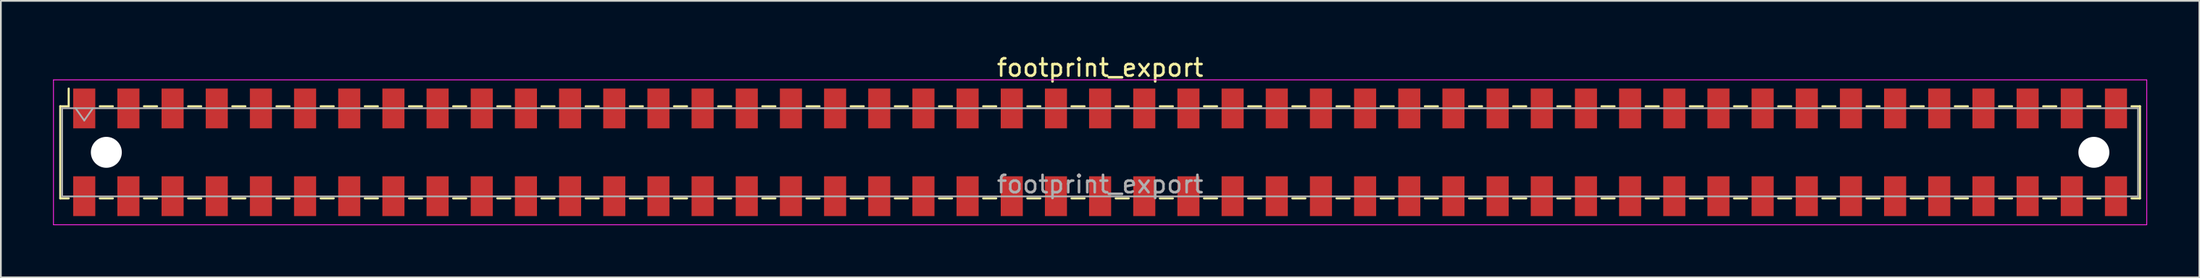
<source format=kicad_pcb>
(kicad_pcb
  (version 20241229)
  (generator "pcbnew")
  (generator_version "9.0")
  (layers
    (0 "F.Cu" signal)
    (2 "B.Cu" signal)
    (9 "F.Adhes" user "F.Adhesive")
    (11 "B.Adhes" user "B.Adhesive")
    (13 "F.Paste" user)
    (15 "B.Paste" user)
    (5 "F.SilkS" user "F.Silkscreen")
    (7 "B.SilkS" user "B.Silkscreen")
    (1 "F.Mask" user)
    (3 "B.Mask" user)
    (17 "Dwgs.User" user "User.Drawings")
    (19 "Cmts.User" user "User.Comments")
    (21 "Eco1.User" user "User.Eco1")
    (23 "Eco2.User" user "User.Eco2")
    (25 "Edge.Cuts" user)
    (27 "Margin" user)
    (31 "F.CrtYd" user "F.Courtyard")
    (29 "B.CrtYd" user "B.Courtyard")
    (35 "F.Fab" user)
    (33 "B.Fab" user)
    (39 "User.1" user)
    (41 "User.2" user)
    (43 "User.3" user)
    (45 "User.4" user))
  (footprint "footprint_export"
    (layer "F.Cu")
    (at 60.215 5.718)
    (property "Reference" "footprint_export" (at 0 -4.87 0) (layer "F.SilkS") (effects (font (size 1 1) (thickness 0.15))))
    (attr smd)
    (fp_line (start -59.8 -2.65) (end -59.8 2.65) (stroke (width 0.12) (type solid)) (layer "F.SilkS"))
    (fp_line (start -59.8 2.65) (end -59.315 2.65) (stroke (width 0.12) (type solid)) (layer "F.SilkS"))
    (fp_line (start -59.315 -3.67) (end -59.315 -2.65) (stroke (width 0.12) (type solid)) (layer "F.SilkS"))
    (fp_line (start -59.315 -2.65) (end -59.8 -2.65) (stroke (width 0.12) (type solid)) (layer "F.SilkS"))
    (fp_line (start -57.525 -2.65) (end -56.775 -2.65) (stroke (width 0.12) (type solid)) (layer "F.SilkS"))
    (fp_line (start -57.525 2.65) (end -56.775 2.65) (stroke (width 0.12) (type solid)) (layer "F.SilkS"))
    (fp_line (start -54.985 -2.65) (end -54.235 -2.65) (stroke (width 0.12) (type solid)) (layer "F.SilkS"))
    (fp_line (start -54.985 2.65) (end -54.235 2.65) (stroke (width 0.12) (type solid)) (layer "F.SilkS"))
    (fp_line (start -52.445 -2.65) (end -51.695 -2.65) (stroke (width 0.12) (type solid)) (layer "F.SilkS"))
    (fp_line (start -52.445 2.65) (end -51.695 2.65) (stroke (width 0.12) (type solid)) (layer "F.SilkS"))
    (fp_line (start -49.905 -2.65) (end -49.155 -2.65) (stroke (width 0.12) (type solid)) (layer "F.SilkS"))
    (fp_line (start -49.905 2.65) (end -49.155 2.65) (stroke (width 0.12) (type solid)) (layer "F.SilkS"))
    (fp_line (start -47.365 -2.65) (end -46.615 -2.65) (stroke (width 0.12) (type solid)) (layer "F.SilkS"))
    (fp_line (start -47.365 2.65) (end -46.615 2.65) (stroke (width 0.12) (type solid)) (layer "F.SilkS"))
    (fp_line (start -44.825 -2.65) (end -44.075 -2.65) (stroke (width 0.12) (type solid)) (layer "F.SilkS"))
    (fp_line (start -44.825 2.65) (end -44.075 2.65) (stroke (width 0.12) (type solid)) (layer "F.SilkS"))
    (fp_line (start -42.285 -2.65) (end -41.535 -2.65) (stroke (width 0.12) (type solid)) (layer "F.SilkS"))
    (fp_line (start -42.285 2.65) (end -41.535 2.65) (stroke (width 0.12) (type solid)) (layer "F.SilkS"))
    (fp_line (start -39.745 -2.65) (end -38.995 -2.65) (stroke (width 0.12) (type solid)) (layer "F.SilkS"))
    (fp_line (start -39.745 2.65) (end -38.995 2.65) (stroke (width 0.12) (type solid)) (layer "F.SilkS"))
    (fp_line (start -37.205 -2.65) (end -36.455 -2.65) (stroke (width 0.12) (type solid)) (layer "F.SilkS"))
    (fp_line (start -37.205 2.65) (end -36.455 2.65) (stroke (width 0.12) (type solid)) (layer "F.SilkS"))
    (fp_line (start -34.665 -2.65) (end -33.915 -2.65) (stroke (width 0.12) (type solid)) (layer "F.SilkS"))
    (fp_line (start -34.665 2.65) (end -33.915 2.65) (stroke (width 0.12) (type solid)) (layer "F.SilkS"))
    (fp_line (start -32.125 -2.65) (end -31.375 -2.65) (stroke (width 0.12) (type solid)) (layer "F.SilkS"))
    (fp_line (start -32.125 2.65) (end -31.375 2.65) (stroke (width 0.12) (type solid)) (layer "F.SilkS"))
    (fp_line (start -29.585 -2.65) (end -28.835 -2.65) (stroke (width 0.12) (type solid)) (layer "F.SilkS"))
    (fp_line (start -29.585 2.65) (end -28.835 2.65) (stroke (width 0.12) (type solid)) (layer "F.SilkS"))
    (fp_line (start -27.045 -2.65) (end -26.295 -2.65) (stroke (width 0.12) (type solid)) (layer "F.SilkS"))
    (fp_line (start -27.045 2.65) (end -26.295 2.65) (stroke (width 0.12) (type solid)) (layer "F.SilkS"))
    (fp_line (start -24.505 -2.65) (end -23.755 -2.65) (stroke (width 0.12) (type solid)) (layer "F.SilkS"))
    (fp_line (start -24.505 2.65) (end -23.755 2.65) (stroke (width 0.12) (type solid)) (layer "F.SilkS"))
    (fp_line (start -21.965 -2.65) (end -21.215 -2.65) (stroke (width 0.12) (type solid)) (layer "F.SilkS"))
    (fp_line (start -21.965 2.65) (end -21.215 2.65) (stroke (width 0.12) (type solid)) (layer "F.SilkS"))
    (fp_line (start -19.425 -2.65) (end -18.675 -2.65) (stroke (width 0.12) (type solid)) (layer "F.SilkS"))
    (fp_line (start -19.425 2.65) (end -18.675 2.65) (stroke (width 0.12) (type solid)) (layer "F.SilkS"))
    (fp_line (start -16.885 -2.65) (end -16.135 -2.65) (stroke (width 0.12) (type solid)) (layer "F.SilkS"))
    (fp_line (start -16.885 2.65) (end -16.135 2.65) (stroke (width 0.12) (type solid)) (layer "F.SilkS"))
    (fp_line (start -14.345 -2.65) (end -13.595 -2.65) (stroke (width 0.12) (type solid)) (layer "F.SilkS"))
    (fp_line (start -14.345 2.65) (end -13.595 2.65) (stroke (width 0.12) (type solid)) (layer "F.SilkS"))
    (fp_line (start -11.805 -2.65) (end -11.055 -2.65) (stroke (width 0.12) (type solid)) (layer "F.SilkS"))
    (fp_line (start -11.805 2.65) (end -11.055 2.65) (stroke (width 0.12) (type solid)) (layer "F.SilkS"))
    (fp_line (start -9.265 -2.65) (end -8.515 -2.65) (stroke (width 0.12) (type solid)) (layer "F.SilkS"))
    (fp_line (start -9.265 2.65) (end -8.515 2.65) (stroke (width 0.12) (type solid)) (layer "F.SilkS"))
    (fp_line (start -6.725 -2.65) (end -5.975 -2.65) (stroke (width 0.12) (type solid)) (layer "F.SilkS"))
    (fp_line (start -6.725 2.65) (end -5.975 2.65) (stroke (width 0.12) (type solid)) (layer "F.SilkS"))
    (fp_line (start -4.185 -2.65) (end -3.435 -2.65) (stroke (width 0.12) (type solid)) (layer "F.SilkS"))
    (fp_line (start -4.185 2.65) (end -3.435 2.65) (stroke (width 0.12) (type solid)) (layer "F.SilkS"))
    (fp_line (start -1.645 -2.65) (end -0.895 -2.65) (stroke (width 0.12) (type solid)) (layer "F.SilkS"))
    (fp_line (start -1.645 2.65) (end -0.895 2.65) (stroke (width 0.12) (type solid)) (layer "F.SilkS"))
    (fp_line (start 0.895 -2.65) (end 1.645 -2.65) (stroke (width 0.12) (type solid)) (layer "F.SilkS"))
    (fp_line (start 0.895 2.65) (end 1.645 2.65) (stroke (width 0.12) (type solid)) (layer "F.SilkS"))
    (fp_line (start 3.435 -2.65) (end 4.185 -2.65) (stroke (width 0.12) (type solid)) (layer "F.SilkS"))
    (fp_line (start 3.435 2.65) (end 4.185 2.65) (stroke (width 0.12) (type solid)) (layer "F.SilkS"))
    (fp_line (start 5.975 -2.65) (end 6.725 -2.65) (stroke (width 0.12) (type solid)) (layer "F.SilkS"))
    (fp_line (start 5.975 2.65) (end 6.725 2.65) (stroke (width 0.12) (type solid)) (layer "F.SilkS"))
    (fp_line (start 8.515 -2.65) (end 9.265 -2.65) (stroke (width 0.12) (type solid)) (layer "F.SilkS"))
    (fp_line (start 8.515 2.65) (end 9.265 2.65) (stroke (width 0.12) (type solid)) (layer "F.SilkS"))
    (fp_line (start 11.055 -2.65) (end 11.805 -2.65) (stroke (width 0.12) (type solid)) (layer "F.SilkS"))
    (fp_line (start 11.055 2.65) (end 11.805 2.65) (stroke (width 0.12) (type solid)) (layer "F.SilkS"))
    (fp_line (start 13.595 -2.65) (end 14.345 -2.65) (stroke (width 0.12) (type solid)) (layer "F.SilkS"))
    (fp_line (start 13.595 2.65) (end 14.345 2.65) (stroke (width 0.12) (type solid)) (layer "F.SilkS"))
    (fp_line (start 16.135 -2.65) (end 16.885 -2.65) (stroke (width 0.12) (type solid)) (layer "F.SilkS"))
    (fp_line (start 16.135 2.65) (end 16.885 2.65) (stroke (width 0.12) (type solid)) (layer "F.SilkS"))
    (fp_line (start 18.675 -2.65) (end 19.425 -2.65) (stroke (width 0.12) (type solid)) (layer "F.SilkS"))
    (fp_line (start 18.675 2.65) (end 19.425 2.65) (stroke (width 0.12) (type solid)) (layer "F.SilkS"))
    (fp_line (start 21.215 -2.65) (end 21.965 -2.65) (stroke (width 0.12) (type solid)) (layer "F.SilkS"))
    (fp_line (start 21.215 2.65) (end 21.965 2.65) (stroke (width 0.12) (type solid)) (layer "F.SilkS"))
    (fp_line (start 23.755 -2.65) (end 24.505 -2.65) (stroke (width 0.12) (type solid)) (layer "F.SilkS"))
    (fp_line (start 23.755 2.65) (end 24.505 2.65) (stroke (width 0.12) (type solid)) (layer "F.SilkS"))
    (fp_line (start 26.295 -2.65) (end 27.045 -2.65) (stroke (width 0.12) (type solid)) (layer "F.SilkS"))
    (fp_line (start 26.295 2.65) (end 27.045 2.65) (stroke (width 0.12) (type solid)) (layer "F.SilkS"))
    (fp_line (start 28.835 -2.65) (end 29.585 -2.65) (stroke (width 0.12) (type solid)) (layer "F.SilkS"))
    (fp_line (start 28.835 2.65) (end 29.585 2.65) (stroke (width 0.12) (type solid)) (layer "F.SilkS"))
    (fp_line (start 31.375 -2.65) (end 32.125 -2.65) (stroke (width 0.12) (type solid)) (layer "F.SilkS"))
    (fp_line (start 31.375 2.65) (end 32.125 2.65) (stroke (width 0.12) (type solid)) (layer "F.SilkS"))
    (fp_line (start 33.915 -2.65) (end 34.665 -2.65) (stroke (width 0.12) (type solid)) (layer "F.SilkS"))
    (fp_line (start 33.915 2.65) (end 34.665 2.65) (stroke (width 0.12) (type solid)) (layer "F.SilkS"))
    (fp_line (start 36.455 -2.65) (end 37.205 -2.65) (stroke (width 0.12) (type solid)) (layer "F.SilkS"))
    (fp_line (start 36.455 2.65) (end 37.205 2.65) (stroke (width 0.12) (type solid)) (layer "F.SilkS"))
    (fp_line (start 38.995 -2.65) (end 39.745 -2.65) (stroke (width 0.12) (type solid)) (layer "F.SilkS"))
    (fp_line (start 38.995 2.65) (end 39.745 2.65) (stroke (width 0.12) (type solid)) (layer "F.SilkS"))
    (fp_line (start 41.535 -2.65) (end 42.285 -2.65) (stroke (width 0.12) (type solid)) (layer "F.SilkS"))
    (fp_line (start 41.535 2.65) (end 42.285 2.65) (stroke (width 0.12) (type solid)) (layer "F.SilkS"))
    (fp_line (start 44.075 -2.65) (end 44.825 -2.65) (stroke (width 0.12) (type solid)) (layer "F.SilkS"))
    (fp_line (start 44.075 2.65) (end 44.825 2.65) (stroke (width 0.12) (type solid)) (layer "F.SilkS"))
    (fp_line (start 46.615 -2.65) (end 47.365 -2.65) (stroke (width 0.12) (type solid)) (layer "F.SilkS"))
    (fp_line (start 46.615 2.65) (end 47.365 2.65) (stroke (width 0.12) (type solid)) (layer "F.SilkS"))
    (fp_line (start 49.155 -2.65) (end 49.905 -2.65) (stroke (width 0.12) (type solid)) (layer "F.SilkS"))
    (fp_line (start 49.155 2.65) (end 49.905 2.65) (stroke (width 0.12) (type solid)) (layer "F.SilkS"))
    (fp_line (start 51.695 -2.65) (end 52.445 -2.65) (stroke (width 0.12) (type solid)) (layer "F.SilkS"))
    (fp_line (start 51.695 2.65) (end 52.445 2.65) (stroke (width 0.12) (type solid)) (layer "F.SilkS"))
    (fp_line (start 54.235 -2.65) (end 54.985 -2.65) (stroke (width 0.12) (type solid)) (layer "F.SilkS"))
    (fp_line (start 54.235 2.65) (end 54.985 2.65) (stroke (width 0.12) (type solid)) (layer "F.SilkS"))
    (fp_line (start 56.775 -2.65) (end 57.525 -2.65) (stroke (width 0.12) (type solid)) (layer "F.SilkS"))
    (fp_line (start 56.775 2.65) (end 57.525 2.65) (stroke (width 0.12) (type solid)) (layer "F.SilkS"))
    (fp_line (start 59.315 -2.65) (end 59.8 -2.65) (stroke (width 0.12) (type solid)) (layer "F.SilkS"))
    (fp_line (start 59.8 -2.65) (end 59.8 2.65) (stroke (width 0.12) (type solid)) (layer "F.SilkS"))
    (fp_line (start 59.8 2.65) (end 59.315 2.65) (stroke (width 0.12) (type solid)) (layer "F.SilkS"))
    (fp_line (start -60.19 -4.17) (end 60.19 -4.17) (stroke (width 0.05) (type solid)) (layer "F.CrtYd"))
    (fp_line (start -60.19 4.17) (end -60.19 -4.17) (stroke (width 0.05) (type solid)) (layer "F.CrtYd"))
    (fp_line (start 60.19 -4.17) (end 60.19 4.17) (stroke (width 0.05) (type solid)) (layer "F.CrtYd"))
    (fp_line (start 60.19 4.17) (end -60.19 4.17) (stroke (width 0.05) (type solid)) (layer "F.CrtYd"))
    (fp_line (start -59.69 -2.54) (end 59.69 -2.54) (stroke (width 0.1) (type solid)) (layer "F.Fab"))
    (fp_line (start -59.69 2.54) (end -59.69 -2.54) (stroke (width 0.1) (type solid)) (layer "F.Fab"))
    (fp_line (start -58.92 -2.54) (end -58.42 -1.833) (stroke (width 0.1) (type solid)) (layer "F.Fab"))
    (fp_line (start -58.42 -1.833) (end -57.92 -2.54) (stroke (width 0.1) (type solid)) (layer "F.Fab"))
    (fp_line (start 59.69 -2.54) (end 59.69 2.54) (stroke (width 0.1) (type solid)) (layer "F.Fab"))
    (fp_line (start 59.69 2.54) (end -59.69 2.54) (stroke (width 0.1) (type solid)) (layer "F.Fab"))
    (fp_text user "${REFERENCE}" (at 0 1.84 0) (layer "F.Fab") (effects (font (size 1 1) (thickness 0.15))))
    (pad "" np_thru_hole circle (at -57.15 0) (size 1.78 1.78) (drill 1.78) (layers "*.Cu" "*.Mask"))
    (pad "" np_thru_hole circle (at 57.15 0) (size 1.78 1.78) (drill 1.78) (layers "*.Cu" "*.Mask"))
    (pad "1" smd rect (at -58.42 -2.525) (size 1.27 2.29) (layers "F.Cu" "F.Mask" "F.Paste"))
    (pad "2" smd rect (at -58.42 2.525) (size 1.27 2.29) (layers "F.Cu" "F.Mask" "F.Paste"))
    (pad "3" smd rect (at -55.88 -2.525) (size 1.27 2.29) (layers "F.Cu" "F.Mask" "F.Paste"))
    (pad "4" smd rect (at -55.88 2.525) (size 1.27 2.29) (layers "F.Cu" "F.Mask" "F.Paste"))
    (pad "5" smd rect (at -53.34 -2.525) (size 1.27 2.29) (layers "F.Cu" "F.Mask" "F.Paste"))
    (pad "6" smd rect (at -53.34 2.525) (size 1.27 2.29) (layers "F.Cu" "F.Mask" "F.Paste"))
    (pad "7" smd rect (at -50.8 -2.525) (size 1.27 2.29) (layers "F.Cu" "F.Mask" "F.Paste"))
    (pad "8" smd rect (at -50.8 2.525) (size 1.27 2.29) (layers "F.Cu" "F.Mask" "F.Paste"))
    (pad "9" smd rect (at -48.26 -2.525) (size 1.27 2.29) (layers "F.Cu" "F.Mask" "F.Paste"))
    (pad "10" smd rect (at -48.26 2.525) (size 1.27 2.29) (layers "F.Cu" "F.Mask" "F.Paste"))
    (pad "11" smd rect (at -45.72 -2.525) (size 1.27 2.29) (layers "F.Cu" "F.Mask" "F.Paste"))
    (pad "12" smd rect (at -45.72 2.525) (size 1.27 2.29) (layers "F.Cu" "F.Mask" "F.Paste"))
    (pad "13" smd rect (at -43.18 -2.525) (size 1.27 2.29) (layers "F.Cu" "F.Mask" "F.Paste"))
    (pad "14" smd rect (at -43.18 2.525) (size 1.27 2.29) (layers "F.Cu" "F.Mask" "F.Paste"))
    (pad "15" smd rect (at -40.64 -2.525) (size 1.27 2.29) (layers "F.Cu" "F.Mask" "F.Paste"))
    (pad "16" smd rect (at -40.64 2.525) (size 1.27 2.29) (layers "F.Cu" "F.Mask" "F.Paste"))
    (pad "17" smd rect (at -38.1 -2.525) (size 1.27 2.29) (layers "F.Cu" "F.Mask" "F.Paste"))
    (pad "18" smd rect (at -38.1 2.525) (size 1.27 2.29) (layers "F.Cu" "F.Mask" "F.Paste"))
    (pad "19" smd rect (at -35.56 -2.525) (size 1.27 2.29) (layers "F.Cu" "F.Mask" "F.Paste"))
    (pad "20" smd rect (at -35.56 2.525) (size 1.27 2.29) (layers "F.Cu" "F.Mask" "F.Paste"))
    (pad "21" smd rect (at -33.02 -2.525) (size 1.27 2.29) (layers "F.Cu" "F.Mask" "F.Paste"))
    (pad "22" smd rect (at -33.02 2.525) (size 1.27 2.29) (layers "F.Cu" "F.Mask" "F.Paste"))
    (pad "23" smd rect (at -30.48 -2.525) (size 1.27 2.29) (layers "F.Cu" "F.Mask" "F.Paste"))
    (pad "24" smd rect (at -30.48 2.525) (size 1.27 2.29) (layers "F.Cu" "F.Mask" "F.Paste"))
    (pad "25" smd rect (at -27.94 -2.525) (size 1.27 2.29) (layers "F.Cu" "F.Mask" "F.Paste"))
    (pad "26" smd rect (at -27.94 2.525) (size 1.27 2.29) (layers "F.Cu" "F.Mask" "F.Paste"))
    (pad "27" smd rect (at -25.4 -2.525) (size 1.27 2.29) (layers "F.Cu" "F.Mask" "F.Paste"))
    (pad "28" smd rect (at -25.4 2.525) (size 1.27 2.29) (layers "F.Cu" "F.Mask" "F.Paste"))
    (pad "29" smd rect (at -22.86 -2.525) (size 1.27 2.29) (layers "F.Cu" "F.Mask" "F.Paste"))
    (pad "30" smd rect (at -22.86 2.525) (size 1.27 2.29) (layers "F.Cu" "F.Mask" "F.Paste"))
    (pad "31" smd rect (at -20.32 -2.525) (size 1.27 2.29) (layers "F.Cu" "F.Mask" "F.Paste"))
    (pad "32" smd rect (at -20.32 2.525) (size 1.27 2.29) (layers "F.Cu" "F.Mask" "F.Paste"))
    (pad "33" smd rect (at -17.78 -2.525) (size 1.27 2.29) (layers "F.Cu" "F.Mask" "F.Paste"))
    (pad "34" smd rect (at -17.78 2.525) (size 1.27 2.29) (layers "F.Cu" "F.Mask" "F.Paste"))
    (pad "35" smd rect (at -15.24 -2.525) (size 1.27 2.29) (layers "F.Cu" "F.Mask" "F.Paste"))
    (pad "36" smd rect (at -15.24 2.525) (size 1.27 2.29) (layers "F.Cu" "F.Mask" "F.Paste"))
    (pad "37" smd rect (at -12.7 -2.525) (size 1.27 2.29) (layers "F.Cu" "F.Mask" "F.Paste"))
    (pad "38" smd rect (at -12.7 2.525) (size 1.27 2.29) (layers "F.Cu" "F.Mask" "F.Paste"))
    (pad "39" smd rect (at -10.16 -2.525) (size 1.27 2.29) (layers "F.Cu" "F.Mask" "F.Paste"))
    (pad "40" smd rect (at -10.16 2.525) (size 1.27 2.29) (layers "F.Cu" "F.Mask" "F.Paste"))
    (pad "41" smd rect (at -7.62 -2.525) (size 1.27 2.29) (layers "F.Cu" "F.Mask" "F.Paste"))
    (pad "42" smd rect (at -7.62 2.525) (size 1.27 2.29) (layers "F.Cu" "F.Mask" "F.Paste"))
    (pad "43" smd rect (at -5.08 -2.525) (size 1.27 2.29) (layers "F.Cu" "F.Mask" "F.Paste"))
    (pad "44" smd rect (at -5.08 2.525) (size 1.27 2.29) (layers "F.Cu" "F.Mask" "F.Paste"))
    (pad "45" smd rect (at -2.54 -2.525) (size 1.27 2.29) (layers "F.Cu" "F.Mask" "F.Paste"))
    (pad "46" smd rect (at -2.54 2.525) (size 1.27 2.29) (layers "F.Cu" "F.Mask" "F.Paste"))
    (pad "47" smd rect (at 0 -2.525) (size 1.27 2.29) (layers "F.Cu" "F.Mask" "F.Paste"))
    (pad "48" smd rect (at 0 2.525) (size 1.27 2.29) (layers "F.Cu" "F.Mask" "F.Paste"))
    (pad "49" smd rect (at 2.54 -2.525) (size 1.27 2.29) (layers "F.Cu" "F.Mask" "F.Paste"))
    (pad "50" smd rect (at 2.54 2.525) (size 1.27 2.29) (layers "F.Cu" "F.Mask" "F.Paste"))
    (pad "51" smd rect (at 5.08 -2.525) (size 1.27 2.29) (layers "F.Cu" "F.Mask" "F.Paste"))
    (pad "52" smd rect (at 5.08 2.525) (size 1.27 2.29) (layers "F.Cu" "F.Mask" "F.Paste"))
    (pad "53" smd rect (at 7.62 -2.525) (size 1.27 2.29) (layers "F.Cu" "F.Mask" "F.Paste"))
    (pad "54" smd rect (at 7.62 2.525) (size 1.27 2.29) (layers "F.Cu" "F.Mask" "F.Paste"))
    (pad "55" smd rect (at 10.16 -2.525) (size 1.27 2.29) (layers "F.Cu" "F.Mask" "F.Paste"))
    (pad "56" smd rect (at 10.16 2.525) (size 1.27 2.29) (layers "F.Cu" "F.Mask" "F.Paste"))
    (pad "57" smd rect (at 12.7 -2.525) (size 1.27 2.29) (layers "F.Cu" "F.Mask" "F.Paste"))
    (pad "58" smd rect (at 12.7 2.525) (size 1.27 2.29) (layers "F.Cu" "F.Mask" "F.Paste"))
    (pad "59" smd rect (at 15.24 -2.525) (size 1.27 2.29) (layers "F.Cu" "F.Mask" "F.Paste"))
    (pad "60" smd rect (at 15.24 2.525) (size 1.27 2.29) (layers "F.Cu" "F.Mask" "F.Paste"))
    (pad "61" smd rect (at 17.78 -2.525) (size 1.27 2.29) (layers "F.Cu" "F.Mask" "F.Paste"))
    (pad "62" smd rect (at 17.78 2.525) (size 1.27 2.29) (layers "F.Cu" "F.Mask" "F.Paste"))
    (pad "63" smd rect (at 20.32 -2.525) (size 1.27 2.29) (layers "F.Cu" "F.Mask" "F.Paste"))
    (pad "64" smd rect (at 20.32 2.525) (size 1.27 2.29) (layers "F.Cu" "F.Mask" "F.Paste"))
    (pad "65" smd rect (at 22.86 -2.525) (size 1.27 2.29) (layers "F.Cu" "F.Mask" "F.Paste"))
    (pad "66" smd rect (at 22.86 2.525) (size 1.27 2.29) (layers "F.Cu" "F.Mask" "F.Paste"))
    (pad "67" smd rect (at 25.4 -2.525) (size 1.27 2.29) (layers "F.Cu" "F.Mask" "F.Paste"))
    (pad "68" smd rect (at 25.4 2.525) (size 1.27 2.29) (layers "F.Cu" "F.Mask" "F.Paste"))
    (pad "69" smd rect (at 27.94 -2.525) (size 1.27 2.29) (layers "F.Cu" "F.Mask" "F.Paste"))
    (pad "70" smd rect (at 27.94 2.525) (size 1.27 2.29) (layers "F.Cu" "F.Mask" "F.Paste"))
    (pad "71" smd rect (at 30.48 -2.525) (size 1.27 2.29) (layers "F.Cu" "F.Mask" "F.Paste"))
    (pad "72" smd rect (at 30.48 2.525) (size 1.27 2.29) (layers "F.Cu" "F.Mask" "F.Paste"))
    (pad "73" smd rect (at 33.02 -2.525) (size 1.27 2.29) (layers "F.Cu" "F.Mask" "F.Paste"))
    (pad "74" smd rect (at 33.02 2.525) (size 1.27 2.29) (layers "F.Cu" "F.Mask" "F.Paste"))
    (pad "75" smd rect (at 35.56 -2.525) (size 1.27 2.29) (layers "F.Cu" "F.Mask" "F.Paste"))
    (pad "76" smd rect (at 35.56 2.525) (size 1.27 2.29) (layers "F.Cu" "F.Mask" "F.Paste"))
    (pad "77" smd rect (at 38.1 -2.525) (size 1.27 2.29) (layers "F.Cu" "F.Mask" "F.Paste"))
    (pad "78" smd rect (at 38.1 2.525) (size 1.27 2.29) (layers "F.Cu" "F.Mask" "F.Paste"))
    (pad "79" smd rect (at 40.64 -2.525) (size 1.27 2.29) (layers "F.Cu" "F.Mask" "F.Paste"))
    (pad "80" smd rect (at 40.64 2.525) (size 1.27 2.29) (layers "F.Cu" "F.Mask" "F.Paste"))
    (pad "81" smd rect (at 43.18 -2.525) (size 1.27 2.29) (layers "F.Cu" "F.Mask" "F.Paste"))
    (pad "82" smd rect (at 43.18 2.525) (size 1.27 2.29) (layers "F.Cu" "F.Mask" "F.Paste"))
    (pad "83" smd rect (at 45.72 -2.525) (size 1.27 2.29) (layers "F.Cu" "F.Mask" "F.Paste"))
    (pad "84" smd rect (at 45.72 2.525) (size 1.27 2.29) (layers "F.Cu" "F.Mask" "F.Paste"))
    (pad "85" smd rect (at 48.26 -2.525) (size 1.27 2.29) (layers "F.Cu" "F.Mask" "F.Paste"))
    (pad "86" smd rect (at 48.26 2.525) (size 1.27 2.29) (layers "F.Cu" "F.Mask" "F.Paste"))
    (pad "87" smd rect (at 50.8 -2.525) (size 1.27 2.29) (layers "F.Cu" "F.Mask" "F.Paste"))
    (pad "88" smd rect (at 50.8 2.525) (size 1.27 2.29) (layers "F.Cu" "F.Mask" "F.Paste"))
    (pad "89" smd rect (at 53.34 -2.525) (size 1.27 2.29) (layers "F.Cu" "F.Mask" "F.Paste"))
    (pad "90" smd rect (at 53.34 2.525) (size 1.27 2.29) (layers "F.Cu" "F.Mask" "F.Paste"))
    (pad "91" smd rect (at 55.88 -2.525) (size 1.27 2.29) (layers "F.Cu" "F.Mask" "F.Paste"))
    (pad "92" smd rect (at 55.88 2.525) (size 1.27 2.29) (layers "F.Cu" "F.Mask" "F.Paste"))
    (pad "93" smd rect (at 58.42 -2.525) (size 1.27 2.29) (layers "F.Cu" "F.Mask" "F.Paste"))
    (pad "94" smd rect (at 58.42 2.525) (size 1.27 2.29) (layers "F.Cu" "F.Mask" "F.Paste")))
  (gr_rect
    (start -3 -3)
    (end 123.43 12.913)
    (stroke (width 0.1) (type default))
    (fill no)
    (layer "Edge.Cuts")))
</source>
